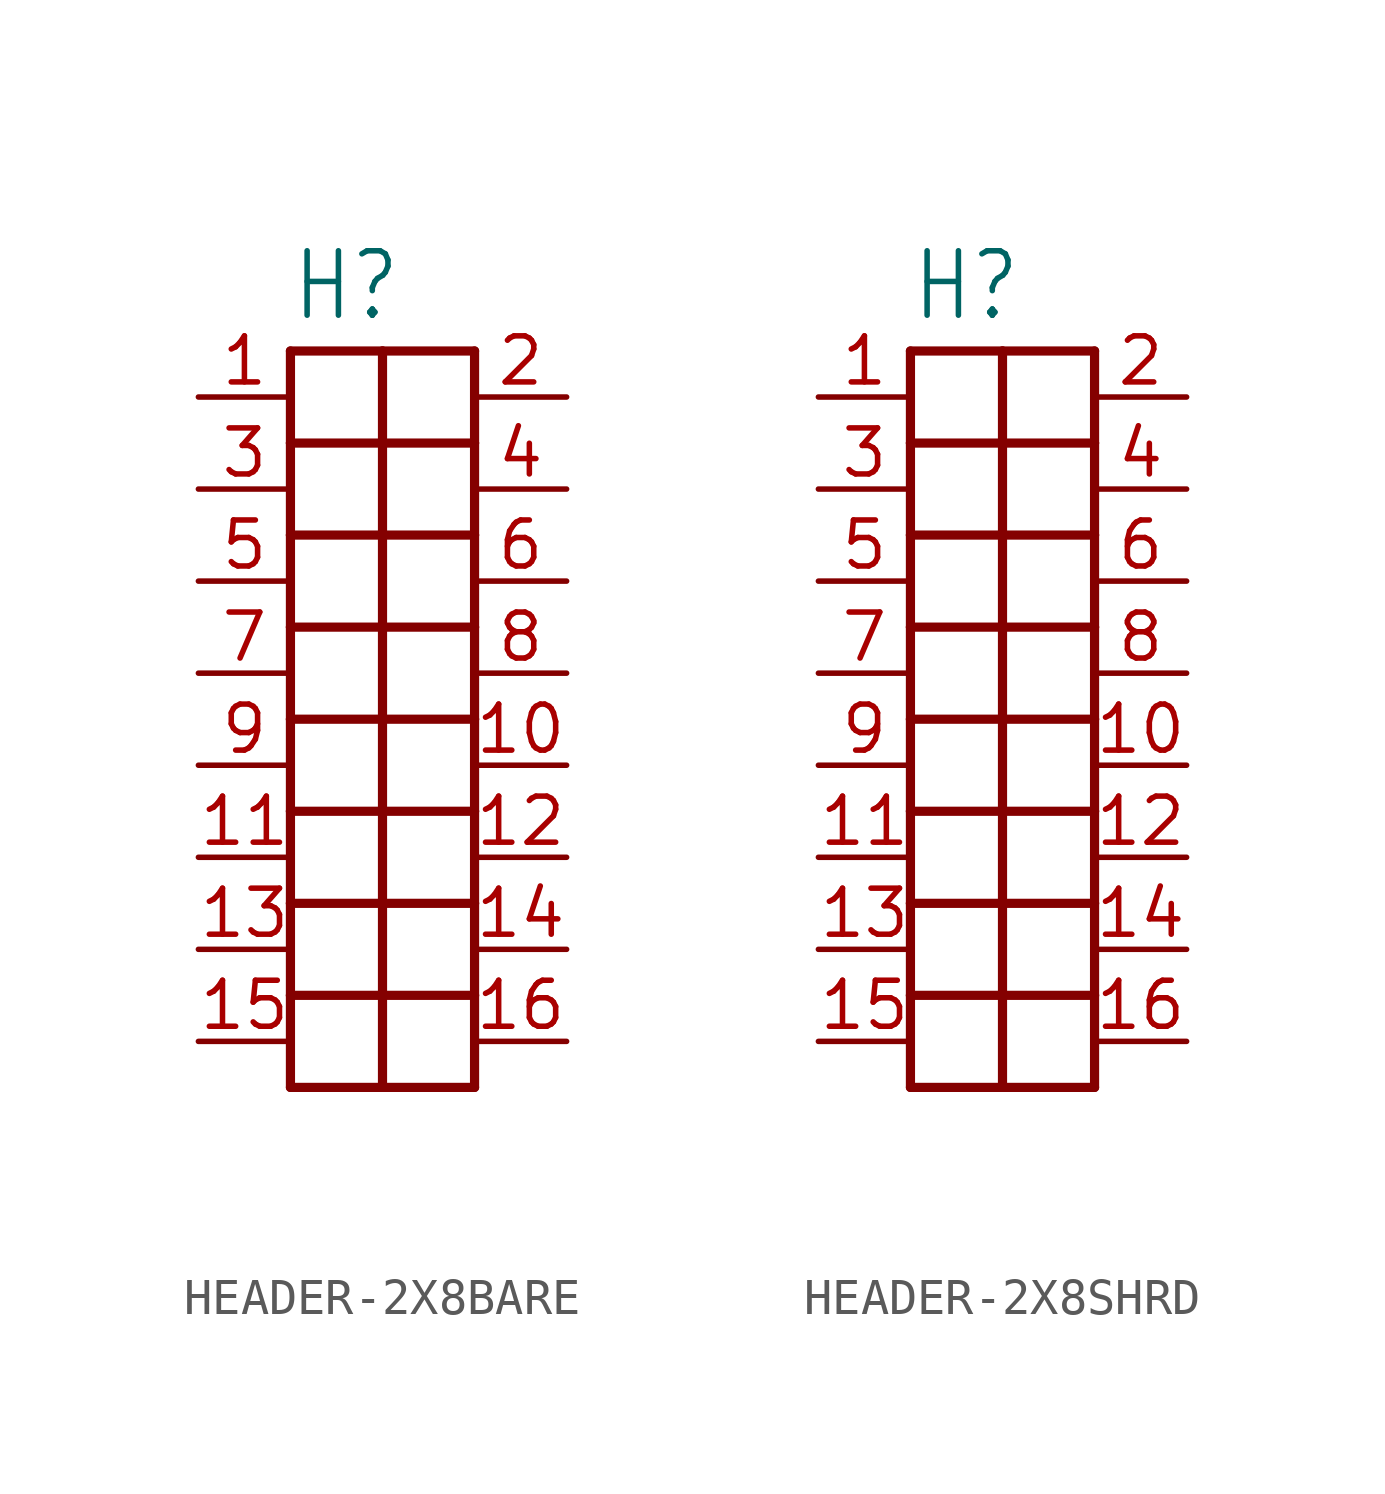
<source format=kicad_sym>
(kicad_symbol_lib
  (version 20231120)
  (generator "kicad_symbol_editor")
  (generator_version "8.0")
  (symbol "HEADER-2X8BARE"
    (property "Reference" "H"
      (at -2.54 12.192 0)
      (effects (font (size 1.778 1.511)) (justify left bottom)))
    (property "Value" ""
      (at -2.54 -11.176 0)
      (effects (font (size 1.778 1.511)) (justify left bottom)))
    (property "ki_locked" ""
      (at 0 0 0)
      (effects (font (size 1.27 1.27))))
    (symbol "HEADER-2X8BARE_1_0"
      (polyline (pts (xy -2.54 -8.89) (xy 0 -8.89)) (stroke (width 0.254) (type solid)) (fill (type none)))
      (polyline (pts (xy -2.54 -6.35) (xy -2.54 -8.89)) (stroke (width 0.254) (type solid)) (fill (type none)))
      (polyline (pts (xy -2.54 -6.35) (xy 2.54 -6.35)) (stroke (width 0.254) (type solid)) (fill (type none)))
      (polyline (pts (xy -2.54 -3.81) (xy -2.54 -6.35)) (stroke (width 0.254) (type solid)) (fill (type none)))
      (polyline (pts (xy -2.54 -3.81) (xy 2.54 -3.81)) (stroke (width 0.254) (type solid)) (fill (type none)))
      (polyline (pts (xy -2.54 -1.27) (xy -2.54 -3.81)) (stroke (width 0.254) (type solid)) (fill (type none)))
      (polyline (pts (xy -2.54 1.27) (xy -2.54 -1.27)) (stroke (width 0.254) (type solid)) (fill (type none)))
      (polyline (pts (xy -2.54 1.27) (xy 2.54 1.27)) (stroke (width 0.254) (type solid)) (fill (type none)))
      (polyline (pts (xy -2.54 3.81) (xy -2.54 1.27)) (stroke (width 0.254) (type solid)) (fill (type none)))
      (polyline (pts (xy -2.54 6.35) (xy -2.54 3.81)) (stroke (width 0.254) (type solid)) (fill (type none)))
      (polyline (pts (xy -2.54 6.35) (xy 2.54 6.35)) (stroke (width 0.254) (type solid)) (fill (type none)))
      (polyline (pts (xy -2.54 8.89) (xy -2.54 6.35)) (stroke (width 0.254) (type solid)) (fill (type none)))
      (polyline (pts (xy -2.54 11.43) (xy -2.54 8.89)) (stroke (width 0.254) (type solid)) (fill (type none)))
      (polyline (pts (xy 0 -8.89) (xy 2.54 -8.89)) (stroke (width 0.254) (type solid)) (fill (type none)))
      (polyline (pts (xy 0 11.43) (xy -2.54 11.43)) (stroke (width 0.254) (type solid)) (fill (type none)))
      (polyline (pts (xy 0 11.43) (xy 0 -8.89)) (stroke (width 0.254) (type solid)) (fill (type none)))
      (polyline (pts (xy 2.54 -8.89) (xy 2.54 -6.35)) (stroke (width 0.254) (type solid)) (fill (type none)))
      (polyline (pts (xy 2.54 -6.35) (xy 2.54 -3.81)) (stroke (width 0.254) (type solid)) (fill (type none)))
      (polyline (pts (xy 2.54 -3.81) (xy 2.54 -1.27)) (stroke (width 0.254) (type solid)) (fill (type none)))
      (polyline (pts (xy 2.54 -1.27) (xy -2.54 -1.27)) (stroke (width 0.254) (type solid)) (fill (type none)))
      (polyline (pts (xy 2.54 -1.27) (xy 2.54 1.27)) (stroke (width 0.254) (type solid)) (fill (type none)))
      (polyline (pts (xy 2.54 1.27) (xy 2.54 3.81)) (stroke (width 0.254) (type solid)) (fill (type none)))
      (polyline (pts (xy 2.54 3.81) (xy -2.54 3.81)) (stroke (width 0.254) (type solid)) (fill (type none)))
      (polyline (pts (xy 2.54 3.81) (xy 2.54 6.35)) (stroke (width 0.254) (type solid)) (fill (type none)))
      (polyline (pts (xy 2.54 6.35) (xy 2.54 8.89)) (stroke (width 0.254) (type solid)) (fill (type none)))
      (polyline (pts (xy 2.54 8.89) (xy -2.54 8.89)) (stroke (width 0.254) (type solid)) (fill (type none)))
      (polyline (pts (xy 2.54 8.89) (xy 2.54 11.43)) (stroke (width 0.254) (type solid)) (fill (type none)))
      (polyline (pts (xy 2.54 11.43) (xy 0 11.43)) (stroke (width 0.254) (type solid)) (fill (type none)))
      (pin bidirectional line (at -5.08 10.16 0) (length 2.54) (name "P$1" (effects (font (size 0 0)))) (number "1" (effects (font (size 1.27 1.27)))))
      (pin bidirectional line (at 5.08 0 180) (length 2.54) (name "P$10" (effects (font (size 0 0)))) (number "10" (effects (font (size 1.27 1.27)))))
      (pin bidirectional line (at -5.08 -2.54 0) (length 2.54) (name "P$11" (effects (font (size 0 0)))) (number "11" (effects (font (size 1.27 1.27)))))
      (pin bidirectional line (at 5.08 -2.54 180) (length 2.54) (name "P$12" (effects (font (size 0 0)))) (number "12" (effects (font (size 1.27 1.27)))))
      (pin bidirectional line (at -5.08 -5.08 0) (length 2.54) (name "P$13" (effects (font (size 0 0)))) (number "13" (effects (font (size 1.27 1.27)))))
      (pin bidirectional line (at 5.08 -5.08 180) (length 2.54) (name "P$14" (effects (font (size 0 0)))) (number "14" (effects (font (size 1.27 1.27)))))
      (pin bidirectional line (at -5.08 -7.62 0) (length 2.54) (name "P$15" (effects (font (size 0 0)))) (number "15" (effects (font (size 1.27 1.27)))))
      (pin bidirectional line (at 5.08 -7.62 180) (length 2.54) (name "P$16" (effects (font (size 0 0)))) (number "16" (effects (font (size 1.27 1.27)))))
      (pin bidirectional line (at 5.08 10.16 180) (length 2.54) (name "P$2" (effects (font (size 0 0)))) (number "2" (effects (font (size 1.27 1.27)))))
      (pin bidirectional line (at -5.08 7.62 0) (length 2.54) (name "P$3" (effects (font (size 0 0)))) (number "3" (effects (font (size 1.27 1.27)))))
      (pin bidirectional line (at 5.08 7.62 180) (length 2.54) (name "P$4" (effects (font (size 0 0)))) (number "4" (effects (font (size 1.27 1.27)))))
      (pin bidirectional line (at -5.08 5.08 0) (length 2.54) (name "P$5" (effects (font (size 0 0)))) (number "5" (effects (font (size 1.27 1.27)))))
      (pin bidirectional line (at 5.08 5.08 180) (length 2.54) (name "P$6" (effects (font (size 0 0)))) (number "6" (effects (font (size 1.27 1.27)))))
      (pin bidirectional line (at -5.08 2.54 0) (length 2.54) (name "P$7" (effects (font (size 0 0)))) (number "7" (effects (font (size 1.27 1.27)))))
      (pin bidirectional line (at 5.08 2.54 180) (length 2.54) (name "P$8" (effects (font (size 0 0)))) (number "8" (effects (font (size 1.27 1.27)))))
      (pin bidirectional line (at -5.08 0 0) (length 2.54) (name "P$9" (effects (font (size 0 0)))) (number "9" (effects (font (size 1.27 1.27)))))))
  (symbol "HEADER-2X8SHRD"
    (property "Reference" "H"
      (at -2.54 12.192 0)
      (effects (font (size 1.778 1.511)) (justify left bottom)))
    (property "Value" ""
      (at -2.54 -11.176 0)
      (effects (font (size 1.778 1.511)) (justify left bottom)))
    (property "ki_locked" ""
      (at 0 0 0)
      (effects (font (size 1.27 1.27))))
    (symbol "HEADER-2X8SHRD_1_0"
      (polyline (pts (xy -2.54 -8.89) (xy 0 -8.89)) (stroke (width 0.254) (type solid)) (fill (type none)))
      (polyline (pts (xy -2.54 -6.35) (xy -2.54 -8.89)) (stroke (width 0.254) (type solid)) (fill (type none)))
      (polyline (pts (xy -2.54 -6.35) (xy 2.54 -6.35)) (stroke (width 0.254) (type solid)) (fill (type none)))
      (polyline (pts (xy -2.54 -3.81) (xy -2.54 -6.35)) (stroke (width 0.254) (type solid)) (fill (type none)))
      (polyline (pts (xy -2.54 -3.81) (xy 2.54 -3.81)) (stroke (width 0.254) (type solid)) (fill (type none)))
      (polyline (pts (xy -2.54 -1.27) (xy -2.54 -3.81)) (stroke (width 0.254) (type solid)) (fill (type none)))
      (polyline (pts (xy -2.54 1.27) (xy -2.54 -1.27)) (stroke (width 0.254) (type solid)) (fill (type none)))
      (polyline (pts (xy -2.54 1.27) (xy 2.54 1.27)) (stroke (width 0.254) (type solid)) (fill (type none)))
      (polyline (pts (xy -2.54 3.81) (xy -2.54 1.27)) (stroke (width 0.254) (type solid)) (fill (type none)))
      (polyline (pts (xy -2.54 6.35) (xy -2.54 3.81)) (stroke (width 0.254) (type solid)) (fill (type none)))
      (polyline (pts (xy -2.54 6.35) (xy 2.54 6.35)) (stroke (width 0.254) (type solid)) (fill (type none)))
      (polyline (pts (xy -2.54 8.89) (xy -2.54 6.35)) (stroke (width 0.254) (type solid)) (fill (type none)))
      (polyline (pts (xy -2.54 11.43) (xy -2.54 8.89)) (stroke (width 0.254) (type solid)) (fill (type none)))
      (polyline (pts (xy 0 -8.89) (xy 2.54 -8.89)) (stroke (width 0.254) (type solid)) (fill (type none)))
      (polyline (pts (xy 0 11.43) (xy -2.54 11.43)) (stroke (width 0.254) (type solid)) (fill (type none)))
      (polyline (pts (xy 0 11.43) (xy 0 -8.89)) (stroke (width 0.254) (type solid)) (fill (type none)))
      (polyline (pts (xy 2.54 -8.89) (xy 2.54 -6.35)) (stroke (width 0.254) (type solid)) (fill (type none)))
      (polyline (pts (xy 2.54 -6.35) (xy 2.54 -3.81)) (stroke (width 0.254) (type solid)) (fill (type none)))
      (polyline (pts (xy 2.54 -3.81) (xy 2.54 -1.27)) (stroke (width 0.254) (type solid)) (fill (type none)))
      (polyline (pts (xy 2.54 -1.27) (xy -2.54 -1.27)) (stroke (width 0.254) (type solid)) (fill (type none)))
      (polyline (pts (xy 2.54 -1.27) (xy 2.54 1.27)) (stroke (width 0.254) (type solid)) (fill (type none)))
      (polyline (pts (xy 2.54 1.27) (xy 2.54 3.81)) (stroke (width 0.254) (type solid)) (fill (type none)))
      (polyline (pts (xy 2.54 3.81) (xy -2.54 3.81)) (stroke (width 0.254) (type solid)) (fill (type none)))
      (polyline (pts (xy 2.54 3.81) (xy 2.54 6.35)) (stroke (width 0.254) (type solid)) (fill (type none)))
      (polyline (pts (xy 2.54 6.35) (xy 2.54 8.89)) (stroke (width 0.254) (type solid)) (fill (type none)))
      (polyline (pts (xy 2.54 8.89) (xy -2.54 8.89)) (stroke (width 0.254) (type solid)) (fill (type none)))
      (polyline (pts (xy 2.54 8.89) (xy 2.54 11.43)) (stroke (width 0.254) (type solid)) (fill (type none)))
      (polyline (pts (xy 2.54 11.43) (xy 0 11.43)) (stroke (width 0.254) (type solid)) (fill (type none)))
      (pin bidirectional line (at -5.08 10.16 0) (length 2.54) (name "P$1" (effects (font (size 0 0)))) (number "1" (effects (font (size 1.27 1.27)))))
      (pin bidirectional line (at 5.08 0 180) (length 2.54) (name "P$10" (effects (font (size 0 0)))) (number "10" (effects (font (size 1.27 1.27)))))
      (pin bidirectional line (at -5.08 -2.54 0) (length 2.54) (name "P$11" (effects (font (size 0 0)))) (number "11" (effects (font (size 1.27 1.27)))))
      (pin bidirectional line (at 5.08 -2.54 180) (length 2.54) (name "P$12" (effects (font (size 0 0)))) (number "12" (effects (font (size 1.27 1.27)))))
      (pin bidirectional line (at -5.08 -5.08 0) (length 2.54) (name "P$13" (effects (font (size 0 0)))) (number "13" (effects (font (size 1.27 1.27)))))
      (pin bidirectional line (at 5.08 -5.08 180) (length 2.54) (name "P$14" (effects (font (size 0 0)))) (number "14" (effects (font (size 1.27 1.27)))))
      (pin bidirectional line (at -5.08 -7.62 0) (length 2.54) (name "P$15" (effects (font (size 0 0)))) (number "15" (effects (font (size 1.27 1.27)))))
      (pin bidirectional line (at 5.08 -7.62 180) (length 2.54) (name "P$16" (effects (font (size 0 0)))) (number "16" (effects (font (size 1.27 1.27)))))
      (pin bidirectional line (at 5.08 10.16 180) (length 2.54) (name "P$2" (effects (font (size 0 0)))) (number "2" (effects (font (size 1.27 1.27)))))
      (pin bidirectional line (at -5.08 7.62 0) (length 2.54) (name "P$3" (effects (font (size 0 0)))) (number "3" (effects (font (size 1.27 1.27)))))
      (pin bidirectional line (at 5.08 7.62 180) (length 2.54) (name "P$4" (effects (font (size 0 0)))) (number "4" (effects (font (size 1.27 1.27)))))
      (pin bidirectional line (at -5.08 5.08 0) (length 2.54) (name "P$5" (effects (font (size 0 0)))) (number "5" (effects (font (size 1.27 1.27)))))
      (pin bidirectional line (at 5.08 5.08 180) (length 2.54) (name "P$6" (effects (font (size 0 0)))) (number "6" (effects (font (size 1.27 1.27)))))
      (pin bidirectional line (at -5.08 2.54 0) (length 2.54) (name "P$7" (effects (font (size 0 0)))) (number "7" (effects (font (size 1.27 1.27)))))
      (pin bidirectional line (at 5.08 2.54 180) (length 2.54) (name "P$8" (effects (font (size 0 0)))) (number "8" (effects (font (size 1.27 1.27)))))
      (pin bidirectional line (at -5.08 0 0) (length 2.54) (name "P$9" (effects (font (size 0 0)))) (number "9" (effects (font (size 1.27 1.27))))))))
</source>
